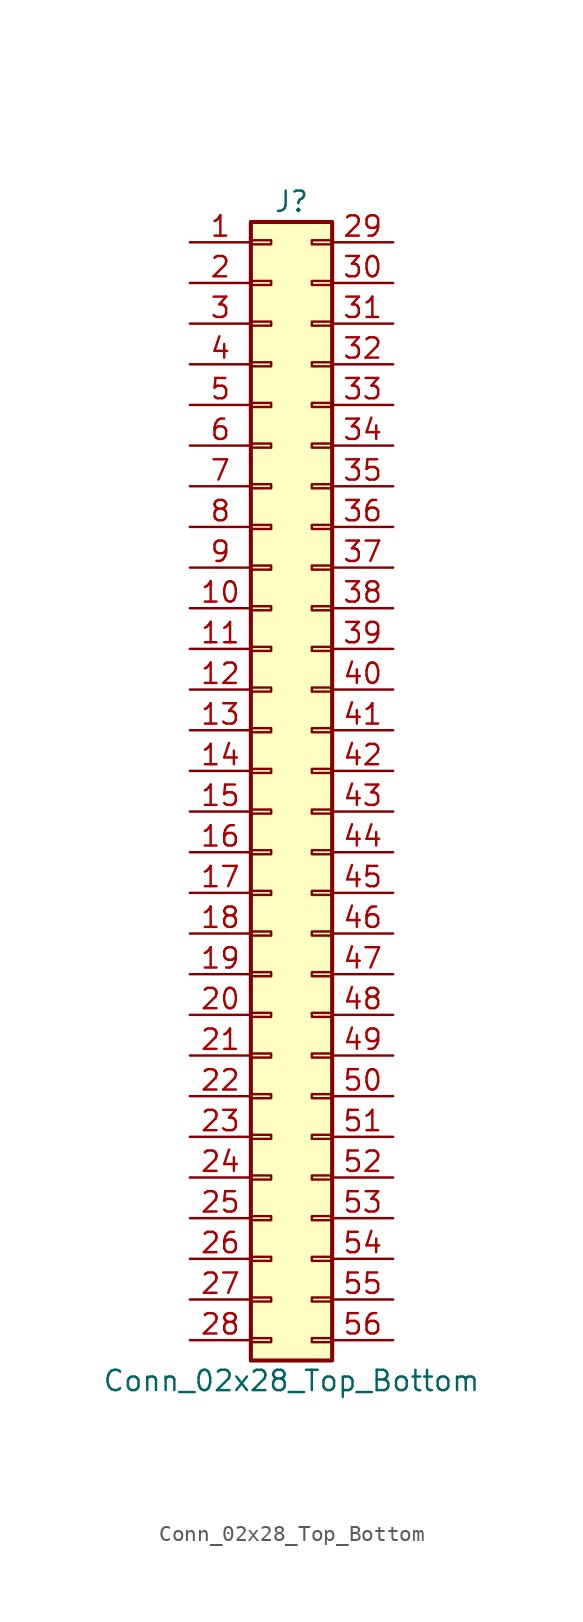
<source format=kicad_sym>
(kicad_symbol_lib
  (version 20201005)
  (generator kicad_symbol_editor)
  (symbol "Connector_Generic:Conn_02x28_Top_Bottom"
    (pin_names
      (offset 1.016) hide)
    (property "Reference" "J"
      (at 1.27 35.56 0)
      (effects (font (size 1.27 1.27))))
    (property "Value" "Conn_02x28_Top_Bottom"
      (at 1.27 -38.1 0)
      (effects (font (size 1.27 1.27))))
    (symbol "Conn_02x28_Top_Bottom_1_1"
      (rectangle (start -1.27 -27.813) (end 0 -28.067) (stroke (width 0.152)) (fill (type none)))
      (rectangle (start -1.27 -30.353) (end 0 -30.607) (stroke (width 0.152)) (fill (type none)))
      (rectangle (start -1.27 -32.893) (end 0 -33.147) (stroke (width 0.152)) (fill (type none)))
      (rectangle (start -1.27 -35.433) (end 0 -35.687) (stroke (width 0.152)) (fill (type none)))
      (rectangle (start -1.27 -4.953) (end 0 -5.207) (stroke (width 0.152)) (fill (type none)))
      (rectangle (start -1.27 -7.493) (end 0 -7.747) (stroke (width 0.152)) (fill (type none)))
      (rectangle (start -1.27 -10.033) (end 0 -10.287) (stroke (width 0.152)) (fill (type none)))
      (rectangle (start -1.27 -12.573) (end 0 -12.827) (stroke (width 0.152)) (fill (type none)))
      (rectangle (start -1.27 -15.113) (end 0 -15.367) (stroke (width 0.152)) (fill (type none)))
      (rectangle (start -1.27 -17.653) (end 0 -17.907) (stroke (width 0.152)) (fill (type none)))
      (rectangle (start -1.27 -20.193) (end 0 -20.447) (stroke (width 0.152)) (fill (type none)))
      (rectangle (start -1.27 -22.733) (end 0 -22.987) (stroke (width 0.152)) (fill (type none)))
      (rectangle (start -1.27 -2.413) (end 0 -2.667) (stroke (width 0.152)) (fill (type none)))
      (rectangle (start -1.27 -25.273) (end 0 -25.527) (stroke (width 0.152)) (fill (type none)))
      (rectangle (start -1.27 25.527) (end 0 25.273) (stroke (width 0.152)) (fill (type none)))
      (rectangle (start -1.27 2.667) (end 0 2.413) (stroke (width 0.152)) (fill (type none)))
      (rectangle (start -1.27 28.067) (end 0 27.813) (stroke (width 0.152)) (fill (type none)))
      (rectangle (start -1.27 30.607) (end 0 30.353) (stroke (width 0.152)) (fill (type none)))
      (rectangle (start -1.27 33.147) (end 0 32.893) (stroke (width 0.152)) (fill (type none)))
      (rectangle (start -1.27 34.29) (end 3.81 -36.83) (stroke (width 0.254)) (fill (type background)))
      (rectangle (start -1.27 5.207) (end 0 4.953) (stroke (width 0.152)) (fill (type none)))
      (rectangle (start -1.27 7.747) (end 0 7.493) (stroke (width 0.152)) (fill (type none)))
      (rectangle (start -1.27 10.287) (end 0 10.033) (stroke (width 0.152)) (fill (type none)))
      (rectangle (start -1.27 0.127) (end 0 -0.127) (stroke (width 0.152)) (fill (type none)))
      (rectangle (start -1.27 12.827) (end 0 12.573) (stroke (width 0.152)) (fill (type none)))
      (rectangle (start -1.27 15.367) (end 0 15.113) (stroke (width 0.152)) (fill (type none)))
      (rectangle (start -1.27 17.907) (end 0 17.653) (stroke (width 0.152)) (fill (type none)))
      (rectangle (start -1.27 20.447) (end 0 20.193) (stroke (width 0.152)) (fill (type none)))
      (rectangle (start -1.27 22.987) (end 0 22.733) (stroke (width 0.152)) (fill (type none)))
      (rectangle (start 3.81 -27.813) (end 2.54 -28.067) (stroke (width 0.152)) (fill (type none)))
      (rectangle (start 3.81 -30.353) (end 2.54 -30.607) (stroke (width 0.152)) (fill (type none)))
      (rectangle (start 3.81 -32.893) (end 2.54 -33.147) (stroke (width 0.152)) (fill (type none)))
      (rectangle (start 3.81 -35.433) (end 2.54 -35.687) (stroke (width 0.152)) (fill (type none)))
      (rectangle (start 3.81 -4.953) (end 2.54 -5.207) (stroke (width 0.152)) (fill (type none)))
      (rectangle (start 3.81 -7.493) (end 2.54 -7.747) (stroke (width 0.152)) (fill (type none)))
      (rectangle (start 3.81 -10.033) (end 2.54 -10.287) (stroke (width 0.152)) (fill (type none)))
      (rectangle (start 3.81 -12.573) (end 2.54 -12.827) (stroke (width 0.152)) (fill (type none)))
      (rectangle (start 3.81 -15.113) (end 2.54 -15.367) (stroke (width 0.152)) (fill (type none)))
      (rectangle (start 3.81 -17.653) (end 2.54 -17.907) (stroke (width 0.152)) (fill (type none)))
      (rectangle (start 3.81 -20.193) (end 2.54 -20.447) (stroke (width 0.152)) (fill (type none)))
      (rectangle (start 3.81 -22.733) (end 2.54 -22.987) (stroke (width 0.152)) (fill (type none)))
      (rectangle (start 3.81 -2.413) (end 2.54 -2.667) (stroke (width 0.152)) (fill (type none)))
      (rectangle (start 3.81 -25.273) (end 2.54 -25.527) (stroke (width 0.152)) (fill (type none)))
      (rectangle (start 3.81 25.527) (end 2.54 25.273) (stroke (width 0.152)) (fill (type none)))
      (rectangle (start 3.81 2.667) (end 2.54 2.413) (stroke (width 0.152)) (fill (type none)))
      (rectangle (start 3.81 28.067) (end 2.54 27.813) (stroke (width 0.152)) (fill (type none)))
      (rectangle (start 3.81 30.607) (end 2.54 30.353) (stroke (width 0.152)) (fill (type none)))
      (rectangle (start 3.81 33.147) (end 2.54 32.893) (stroke (width 0.152)) (fill (type none)))
      (rectangle (start 3.81 5.207) (end 2.54 4.953) (stroke (width 0.152)) (fill (type none)))
      (rectangle (start 3.81 7.747) (end 2.54 7.493) (stroke (width 0.152)) (fill (type none)))
      (rectangle (start 3.81 10.287) (end 2.54 10.033) (stroke (width 0.152)) (fill (type none)))
      (rectangle (start 3.81 0.127) (end 2.54 -0.127) (stroke (width 0.152)) (fill (type none)))
      (rectangle (start 3.81 12.827) (end 2.54 12.573) (stroke (width 0.152)) (fill (type none)))
      (rectangle (start 3.81 15.367) (end 2.54 15.113) (stroke (width 0.152)) (fill (type none)))
      (rectangle (start 3.81 17.907) (end 2.54 17.653) (stroke (width 0.152)) (fill (type none)))
      (rectangle (start 3.81 20.447) (end 2.54 20.193) (stroke (width 0.152)) (fill (type none)))
      (rectangle (start 3.81 22.987) (end 2.54 22.733) (stroke (width 0.152)) (fill (type none)))
      (pin passive line (at -5.08 33.02 0) (length 3.81) (name "Pin_1" (effects (font (size 1.27 1.27)))) (number "1" (effects (font (size 1.27 1.27)))))
      (pin passive line (at -5.08 10.16 0) (length 3.81) (name "Pin_10" (effects (font (size 1.27 1.27)))) (number "10" (effects (font (size 1.27 1.27)))))
      (pin passive line (at -5.08 7.62 0) (length 3.81) (name "Pin_11" (effects (font (size 1.27 1.27)))) (number "11" (effects (font (size 1.27 1.27)))))
      (pin passive line (at -5.08 5.08 0) (length 3.81) (name "Pin_12" (effects (font (size 1.27 1.27)))) (number "12" (effects (font (size 1.27 1.27)))))
      (pin passive line (at -5.08 2.54 0) (length 3.81) (name "Pin_13" (effects (font (size 1.27 1.27)))) (number "13" (effects (font (size 1.27 1.27)))))
      (pin passive line (at -5.08 0 0) (length 3.81) (name "Pin_14" (effects (font (size 1.27 1.27)))) (number "14" (effects (font (size 1.27 1.27)))))
      (pin passive line (at -5.08 -2.54 0) (length 3.81) (name "Pin_15" (effects (font (size 1.27 1.27)))) (number "15" (effects (font (size 1.27 1.27)))))
      (pin passive line (at -5.08 -5.08 0) (length 3.81) (name "Pin_16" (effects (font (size 1.27 1.27)))) (number "16" (effects (font (size 1.27 1.27)))))
      (pin passive line (at -5.08 -7.62 0) (length 3.81) (name "Pin_17" (effects (font (size 1.27 1.27)))) (number "17" (effects (font (size 1.27 1.27)))))
      (pin passive line (at -5.08 -10.16 0) (length 3.81) (name "Pin_18" (effects (font (size 1.27 1.27)))) (number "18" (effects (font (size 1.27 1.27)))))
      (pin passive line (at -5.08 -12.7 0) (length 3.81) (name "Pin_19" (effects (font (size 1.27 1.27)))) (number "19" (effects (font (size 1.27 1.27)))))
      (pin passive line (at -5.08 30.48 0) (length 3.81) (name "Pin_2" (effects (font (size 1.27 1.27)))) (number "2" (effects (font (size 1.27 1.27)))))
      (pin passive line (at -5.08 -15.24 0) (length 3.81) (name "Pin_20" (effects (font (size 1.27 1.27)))) (number "20" (effects (font (size 1.27 1.27)))))
      (pin passive line (at -5.08 -17.78 0) (length 3.81) (name "Pin_21" (effects (font (size 1.27 1.27)))) (number "21" (effects (font (size 1.27 1.27)))))
      (pin passive line (at -5.08 -20.32 0) (length 3.81) (name "Pin_22" (effects (font (size 1.27 1.27)))) (number "22" (effects (font (size 1.27 1.27)))))
      (pin passive line (at -5.08 -22.86 0) (length 3.81) (name "Pin_23" (effects (font (size 1.27 1.27)))) (number "23" (effects (font (size 1.27 1.27)))))
      (pin passive line (at -5.08 -25.4 0) (length 3.81) (name "Pin_24" (effects (font (size 1.27 1.27)))) (number "24" (effects (font (size 1.27 1.27)))))
      (pin passive line (at -5.08 -27.94 0) (length 3.81) (name "Pin_25" (effects (font (size 1.27 1.27)))) (number "25" (effects (font (size 1.27 1.27)))))
      (pin passive line (at -5.08 -30.48 0) (length 3.81) (name "Pin_26" (effects (font (size 1.27 1.27)))) (number "26" (effects (font (size 1.27 1.27)))))
      (pin passive line (at -5.08 -33.02 0) (length 3.81) (name "Pin_27" (effects (font (size 1.27 1.27)))) (number "27" (effects (font (size 1.27 1.27)))))
      (pin passive line (at -5.08 -35.56 0) (length 3.81) (name "Pin_28" (effects (font (size 1.27 1.27)))) (number "28" (effects (font (size 1.27 1.27)))))
      (pin passive line (at 7.62 33.02 180) (length 3.81) (name "Pin_29" (effects (font (size 1.27 1.27)))) (number "29" (effects (font (size 1.27 1.27)))))
      (pin passive line (at -5.08 27.94 0) (length 3.81) (name "Pin_3" (effects (font (size 1.27 1.27)))) (number "3" (effects (font (size 1.27 1.27)))))
      (pin passive line (at 7.62 30.48 180) (length 3.81) (name "Pin_30" (effects (font (size 1.27 1.27)))) (number "30" (effects (font (size 1.27 1.27)))))
      (pin passive line (at 7.62 27.94 180) (length 3.81) (name "Pin_31" (effects (font (size 1.27 1.27)))) (number "31" (effects (font (size 1.27 1.27)))))
      (pin passive line (at 7.62 25.4 180) (length 3.81) (name "Pin_32" (effects (font (size 1.27 1.27)))) (number "32" (effects (font (size 1.27 1.27)))))
      (pin passive line (at 7.62 22.86 180) (length 3.81) (name "Pin_33" (effects (font (size 1.27 1.27)))) (number "33" (effects (font (size 1.27 1.27)))))
      (pin passive line (at 7.62 20.32 180) (length 3.81) (name "Pin_34" (effects (font (size 1.27 1.27)))) (number "34" (effects (font (size 1.27 1.27)))))
      (pin passive line (at 7.62 17.78 180) (length 3.81) (name "Pin_35" (effects (font (size 1.27 1.27)))) (number "35" (effects (font (size 1.27 1.27)))))
      (pin passive line (at 7.62 15.24 180) (length 3.81) (name "Pin_36" (effects (font (size 1.27 1.27)))) (number "36" (effects (font (size 1.27 1.27)))))
      (pin passive line (at 7.62 12.7 180) (length 3.81) (name "Pin_37" (effects (font (size 1.27 1.27)))) (number "37" (effects (font (size 1.27 1.27)))))
      (pin passive line (at 7.62 10.16 180) (length 3.81) (name "Pin_38" (effects (font (size 1.27 1.27)))) (number "38" (effects (font (size 1.27 1.27)))))
      (pin passive line (at 7.62 7.62 180) (length 3.81) (name "Pin_39" (effects (font (size 1.27 1.27)))) (number "39" (effects (font (size 1.27 1.27)))))
      (pin passive line (at -5.08 25.4 0) (length 3.81) (name "Pin_4" (effects (font (size 1.27 1.27)))) (number "4" (effects (font (size 1.27 1.27)))))
      (pin passive line (at 7.62 5.08 180) (length 3.81) (name "Pin_40" (effects (font (size 1.27 1.27)))) (number "40" (effects (font (size 1.27 1.27)))))
      (pin passive line (at 7.62 2.54 180) (length 3.81) (name "Pin_41" (effects (font (size 1.27 1.27)))) (number "41" (effects (font (size 1.27 1.27)))))
      (pin passive line (at 7.62 0 180) (length 3.81) (name "Pin_42" (effects (font (size 1.27 1.27)))) (number "42" (effects (font (size 1.27 1.27)))))
      (pin passive line (at 7.62 -2.54 180) (length 3.81) (name "Pin_43" (effects (font (size 1.27 1.27)))) (number "43" (effects (font (size 1.27 1.27)))))
      (pin passive line (at 7.62 -5.08 180) (length 3.81) (name "Pin_44" (effects (font (size 1.27 1.27)))) (number "44" (effects (font (size 1.27 1.27)))))
      (pin passive line (at 7.62 -7.62 180) (length 3.81) (name "Pin_45" (effects (font (size 1.27 1.27)))) (number "45" (effects (font (size 1.27 1.27)))))
      (pin passive line (at 7.62 -10.16 180) (length 3.81) (name "Pin_46" (effects (font (size 1.27 1.27)))) (number "46" (effects (font (size 1.27 1.27)))))
      (pin passive line (at 7.62 -12.7 180) (length 3.81) (name "Pin_47" (effects (font (size 1.27 1.27)))) (number "47" (effects (font (size 1.27 1.27)))))
      (pin passive line (at 7.62 -15.24 180) (length 3.81) (name "Pin_48" (effects (font (size 1.27 1.27)))) (number "48" (effects (font (size 1.27 1.27)))))
      (pin passive line (at 7.62 -17.78 180) (length 3.81) (name "Pin_49" (effects (font (size 1.27 1.27)))) (number "49" (effects (font (size 1.27 1.27)))))
      (pin passive line (at -5.08 22.86 0) (length 3.81) (name "Pin_5" (effects (font (size 1.27 1.27)))) (number "5" (effects (font (size 1.27 1.27)))))
      (pin passive line (at 7.62 -20.32 180) (length 3.81) (name "Pin_50" (effects (font (size 1.27 1.27)))) (number "50" (effects (font (size 1.27 1.27)))))
      (pin passive line (at 7.62 -22.86 180) (length 3.81) (name "Pin_51" (effects (font (size 1.27 1.27)))) (number "51" (effects (font (size 1.27 1.27)))))
      (pin passive line (at 7.62 -25.4 180) (length 3.81) (name "Pin_52" (effects (font (size 1.27 1.27)))) (number "52" (effects (font (size 1.27 1.27)))))
      (pin passive line (at 7.62 -27.94 180) (length 3.81) (name "Pin_53" (effects (font (size 1.27 1.27)))) (number "53" (effects (font (size 1.27 1.27)))))
      (pin passive line (at 7.62 -30.48 180) (length 3.81) (name "Pin_54" (effects (font (size 1.27 1.27)))) (number "54" (effects (font (size 1.27 1.27)))))
      (pin passive line (at 7.62 -33.02 180) (length 3.81) (name "Pin_55" (effects (font (size 1.27 1.27)))) (number "55" (effects (font (size 1.27 1.27)))))
      (pin passive line (at 7.62 -35.56 180) (length 3.81) (name "Pin_56" (effects (font (size 1.27 1.27)))) (number "56" (effects (font (size 1.27 1.27)))))
      (pin passive line (at -5.08 20.32 0) (length 3.81) (name "Pin_6" (effects (font (size 1.27 1.27)))) (number "6" (effects (font (size 1.27 1.27)))))
      (pin passive line (at -5.08 17.78 0) (length 3.81) (name "Pin_7" (effects (font (size 1.27 1.27)))) (number "7" (effects (font (size 1.27 1.27)))))
      (pin passive line (at -5.08 15.24 0) (length 3.81) (name "Pin_8" (effects (font (size 1.27 1.27)))) (number "8" (effects (font (size 1.27 1.27)))))
      (pin passive line (at -5.08 12.7 0) (length 3.81) (name "Pin_9" (effects (font (size 1.27 1.27)))) (number "9" (effects (font (size 1.27 1.27))))))))
</source>
